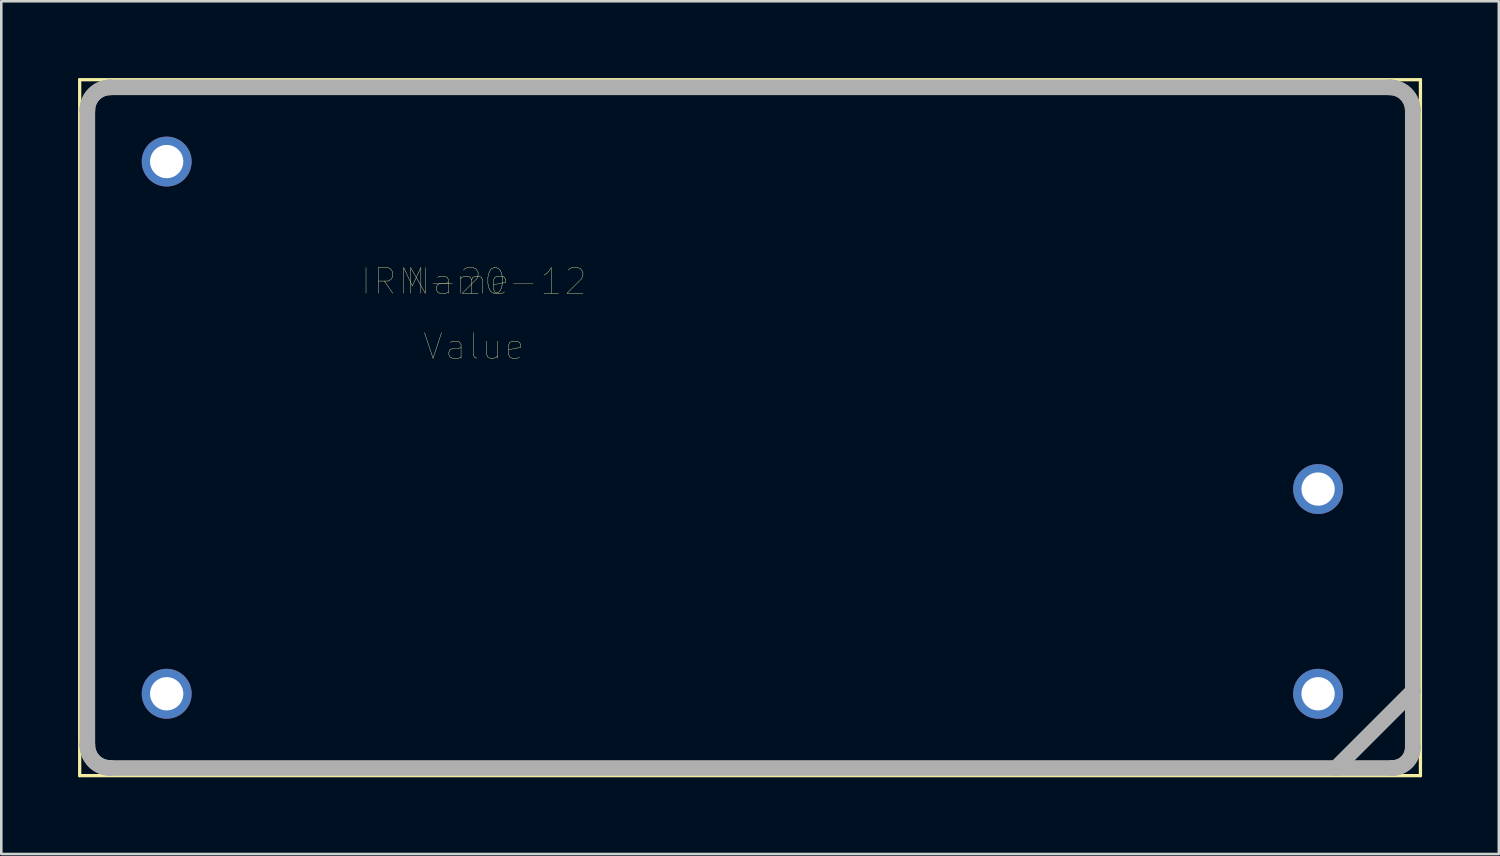
<source format=kicad_pcb>
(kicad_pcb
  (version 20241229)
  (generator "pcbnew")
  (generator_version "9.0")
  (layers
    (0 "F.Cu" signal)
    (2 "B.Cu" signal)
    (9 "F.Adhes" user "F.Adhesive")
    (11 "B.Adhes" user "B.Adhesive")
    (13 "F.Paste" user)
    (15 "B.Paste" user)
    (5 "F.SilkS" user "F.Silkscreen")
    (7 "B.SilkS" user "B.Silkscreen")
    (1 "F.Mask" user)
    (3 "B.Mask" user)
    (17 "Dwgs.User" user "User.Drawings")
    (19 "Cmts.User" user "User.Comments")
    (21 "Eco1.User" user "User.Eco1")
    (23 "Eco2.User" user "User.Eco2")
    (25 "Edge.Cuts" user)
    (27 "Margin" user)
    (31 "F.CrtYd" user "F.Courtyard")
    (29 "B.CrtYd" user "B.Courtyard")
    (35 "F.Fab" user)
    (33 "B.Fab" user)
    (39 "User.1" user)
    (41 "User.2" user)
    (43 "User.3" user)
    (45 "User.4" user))
  (footprint "IRM-20-12"
    (layer "F.Cu")
    (at 26.264 13.664)
    (property "Reference" "IRM-20-12" (at -10.795 -5.715 0) (layer "F.SilkS") (effects (font (size 1 1) (thickness 0.015))))
    (attr through_hole)
    (fp_line (start -26.2 -13.6) (end 26.2 -13.6) (stroke (width 0.127) (type solid)) (layer "F.SilkS"))
    (fp_line (start -26.2 13.6) (end -26.2 -13.6) (stroke (width 0.127) (type solid)) (layer "F.SilkS"))
    (fp_line (start 26.2 -13.6) (end 26.2 13.6) (stroke (width 0.127) (type solid)) (layer "F.SilkS"))
    (fp_line (start 26.2 13.6) (end -26.2 13.6) (stroke (width 0.127) (type solid)) (layer "F.SilkS"))
    (fp_line (start -25.9 -12.4) (end -25.9 12.4) (stroke (width 0.61) (type solid)) (layer "F.Fab"))
    (fp_line (start -25 13.3) (end 22.9 13.3) (stroke (width 0.61) (type solid)) (layer "F.Fab"))
    (fp_line (start 22.9 13.3) (end 25.1 13.3) (stroke (width 0.61) (type solid)) (layer "F.Fab"))
    (fp_line (start 22.9 13.3) (end 25.9 10.3) (stroke (width 0.61) (type solid)) (layer "F.Fab"))
    (fp_line (start 25 -13.3) (end -25 -13.3) (stroke (width 0.61) (type solid)) (layer "F.Fab"))
    (fp_line (start 25.9 10.3) (end 25.9 -12.4) (stroke (width 0.61) (type solid)) (layer "F.Fab"))
    (fp_line (start 25.9 12.5) (end 25.9 10.3) (stroke (width 0.61) (type solid)) (layer "F.Fab"))
    (fp_arc (start -25.9 -12.4) (mid -25.636396 -13.036396) (end -25 -13.3) (stroke (width 0.6096) (type solid)) (layer "F.Fab"))
    (fp_arc (start -25.9 -12.4) (mid -25.636396 -13.036396) (end -25 -13.3) (stroke (width 0.6096) (type solid)) (layer "F.Fab"))
    (fp_arc (start -25 13.3) (mid -25.636396 13.036396) (end -25.9 12.4) (stroke (width 0.6096) (type solid)) (layer "F.Fab"))
    (fp_arc (start -25 13.3) (mid -25.636396 13.036396) (end -25.9 12.4) (stroke (width 0.6096) (type solid)) (layer "F.Fab"))
    (fp_arc (start 25 -13.3) (mid 25.636396 -13.036396) (end 25.9 -12.4) (stroke (width 0.6096) (type solid)) (layer "F.Fab"))
    (fp_arc (start 25 -13.3) (mid 25.636396 -13.036396) (end 25.9 -12.4) (stroke (width 0.6096) (type solid)) (layer "F.Fab"))
    (fp_arc (start 25.9 12.5) (mid 25.665685 13.065685) (end 25.1 13.3) (stroke (width 0.6096) (type solid)) (layer "F.Fab"))
    (fp_arc (start 25.9 12.5) (mid 25.665685 13.065685) (end 25.1 13.3) (stroke (width 0.6096) (type solid)) (layer "F.Fab"))
    (fp_text user "Value" (at -10.795 -3.175 0) (layer "F.SilkS") (effects (font (size 1 1) (thickness 0.015))))
    (fp_text user "Name" (at -11.43 -5.715 0) (layer "F.SilkS") (effects (font (size 1 1) (thickness 0.015))))
    (pad "AC/L" thru_hole circle (at -22.8 -10.4) (size 1.95 1.95) (drill 1.3) (layers "*.Cu" "*.Mask"))
    (pad "AC/N" thru_hole circle (at -22.8 10.4) (size 1.95 1.95) (drill 1.3) (layers "*.Cu" "*.Mask"))
    (pad "V" thru_hole circle (at 22.2 10.4) (size 1.95 1.95) (drill 1.3) (layers "*.Cu" "*.Mask"))
    (pad "V+" thru_hole circle (at 22.2 2.4) (size 1.95 1.95) (drill 1.3) (layers "*.Cu" "*.Mask")))
  (gr_rect
    (start -3 -3)
    (end 55.527 30.327)
    (stroke (width 0.1) (type default))
    (fill no)
    (layer "Edge.Cuts")))
</source>
